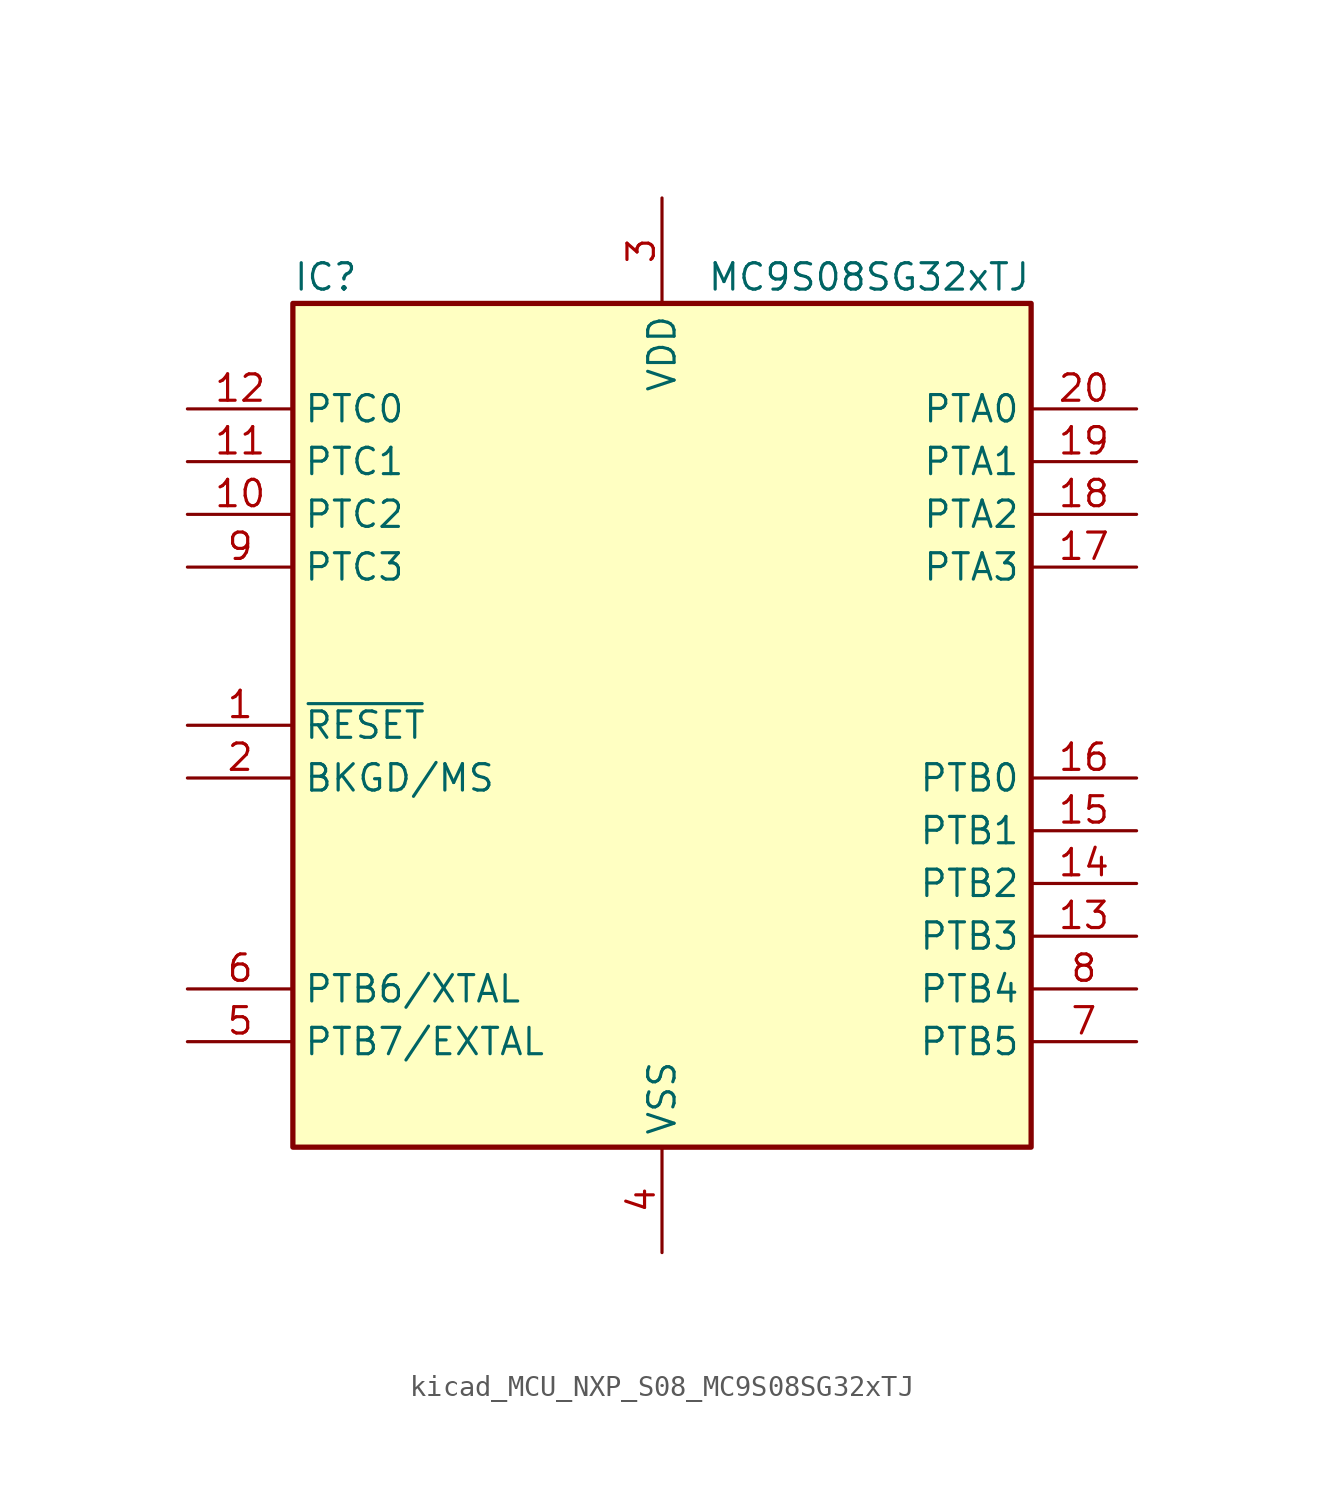
<source format=kicad_sym>
(kicad_symbol_lib
  (version 20220914)
  (generator kicad_symbol_editor)
  (symbol "kicad_MCU_NXP_S08_MC9S08SG32xTJ"
    (property "Reference" "IC"
      (at -17.78 21.59 0)
      (effects (font (size 1.27 1.27)) (justify left)))
    (property "Value" "MC9S08SG32xTJ"
      (at 17.78 21.59 0)
      (effects (font (size 1.27 1.27)) (justify right)))
    (symbol "kicad_MCU_NXP_S08_MC9S08SG32xTJ_0_1"
      (rectangle (start -17.78 20.32) (end 17.78 -20.32) (stroke (width 0.254) (type default)) (fill (type background))))
    (symbol "kicad_MCU_NXP_S08_MC9S08SG32xTJ_1_1"
      (pin input line (at -22.86 0 0) (length 5.08) (name "~{RESET}" (effects (font (size 1.27 1.27)))) (number "1" (effects (font (size 1.27 1.27)))))
      (pin bidirectional line (at -22.86 10.16 0) (length 5.08) (name "PTC2" (effects (font (size 1.27 1.27)))) (number "10" (effects (font (size 1.27 1.27)))))
      (pin bidirectional line (at -22.86 12.7 0) (length 5.08) (name "PTC1" (effects (font (size 1.27 1.27)))) (number "11" (effects (font (size 1.27 1.27)))))
      (pin bidirectional line (at -22.86 15.24 0) (length 5.08) (name "PTC0" (effects (font (size 1.27 1.27)))) (number "12" (effects (font (size 1.27 1.27)))))
      (pin bidirectional line (at 22.86 -10.16 180) (length 5.08) (name "PTB3" (effects (font (size 1.27 1.27)))) (number "13" (effects (font (size 1.27 1.27)))))
      (pin bidirectional line (at 22.86 -7.62 180) (length 5.08) (name "PTB2" (effects (font (size 1.27 1.27)))) (number "14" (effects (font (size 1.27 1.27)))))
      (pin bidirectional line (at 22.86 -5.08 180) (length 5.08) (name "PTB1" (effects (font (size 1.27 1.27)))) (number "15" (effects (font (size 1.27 1.27)))))
      (pin bidirectional line (at 22.86 -2.54 180) (length 5.08) (name "PTB0" (effects (font (size 1.27 1.27)))) (number "16" (effects (font (size 1.27 1.27)))))
      (pin bidirectional line (at 22.86 7.62 180) (length 5.08) (name "PTA3" (effects (font (size 1.27 1.27)))) (number "17" (effects (font (size 1.27 1.27)))))
      (pin bidirectional line (at 22.86 10.16 180) (length 5.08) (name "PTA2" (effects (font (size 1.27 1.27)))) (number "18" (effects (font (size 1.27 1.27)))))
      (pin bidirectional line (at 22.86 12.7 180) (length 5.08) (name "PTA1" (effects (font (size 1.27 1.27)))) (number "19" (effects (font (size 1.27 1.27)))))
      (pin bidirectional line (at -22.86 -2.54 0) (length 5.08) (name "BKGD/MS" (effects (font (size 1.27 1.27)))) (number "2" (effects (font (size 1.27 1.27)))))
      (pin bidirectional line (at 22.86 15.24 180) (length 5.08) (name "PTA0" (effects (font (size 1.27 1.27)))) (number "20" (effects (font (size 1.27 1.27)))))
      (pin power_in line (at 0 25.4 270) (length 5.08) (name "VDD" (effects (font (size 1.27 1.27)))) (number "3" (effects (font (size 1.27 1.27)))))
      (pin power_in line (at 0 -25.4 90) (length 5.08) (name "VSS" (effects (font (size 1.27 1.27)))) (number "4" (effects (font (size 1.27 1.27)))))
      (pin bidirectional line (at -22.86 -15.24 0) (length 5.08) (name "PTB7/EXTAL" (effects (font (size 1.27 1.27)))) (number "5" (effects (font (size 1.27 1.27)))))
      (pin bidirectional line (at -22.86 -12.7 0) (length 5.08) (name "PTB6/XTAL" (effects (font (size 1.27 1.27)))) (number "6" (effects (font (size 1.27 1.27)))))
      (pin bidirectional line (at 22.86 -15.24 180) (length 5.08) (name "PTB5" (effects (font (size 1.27 1.27)))) (number "7" (effects (font (size 1.27 1.27)))))
      (pin bidirectional line (at 22.86 -12.7 180) (length 5.08) (name "PTB4" (effects (font (size 1.27 1.27)))) (number "8" (effects (font (size 1.27 1.27)))))
      (pin bidirectional line (at -22.86 7.62 0) (length 5.08) (name "PTC3" (effects (font (size 1.27 1.27)))) (number "9" (effects (font (size 1.27 1.27))))))))
</source>
